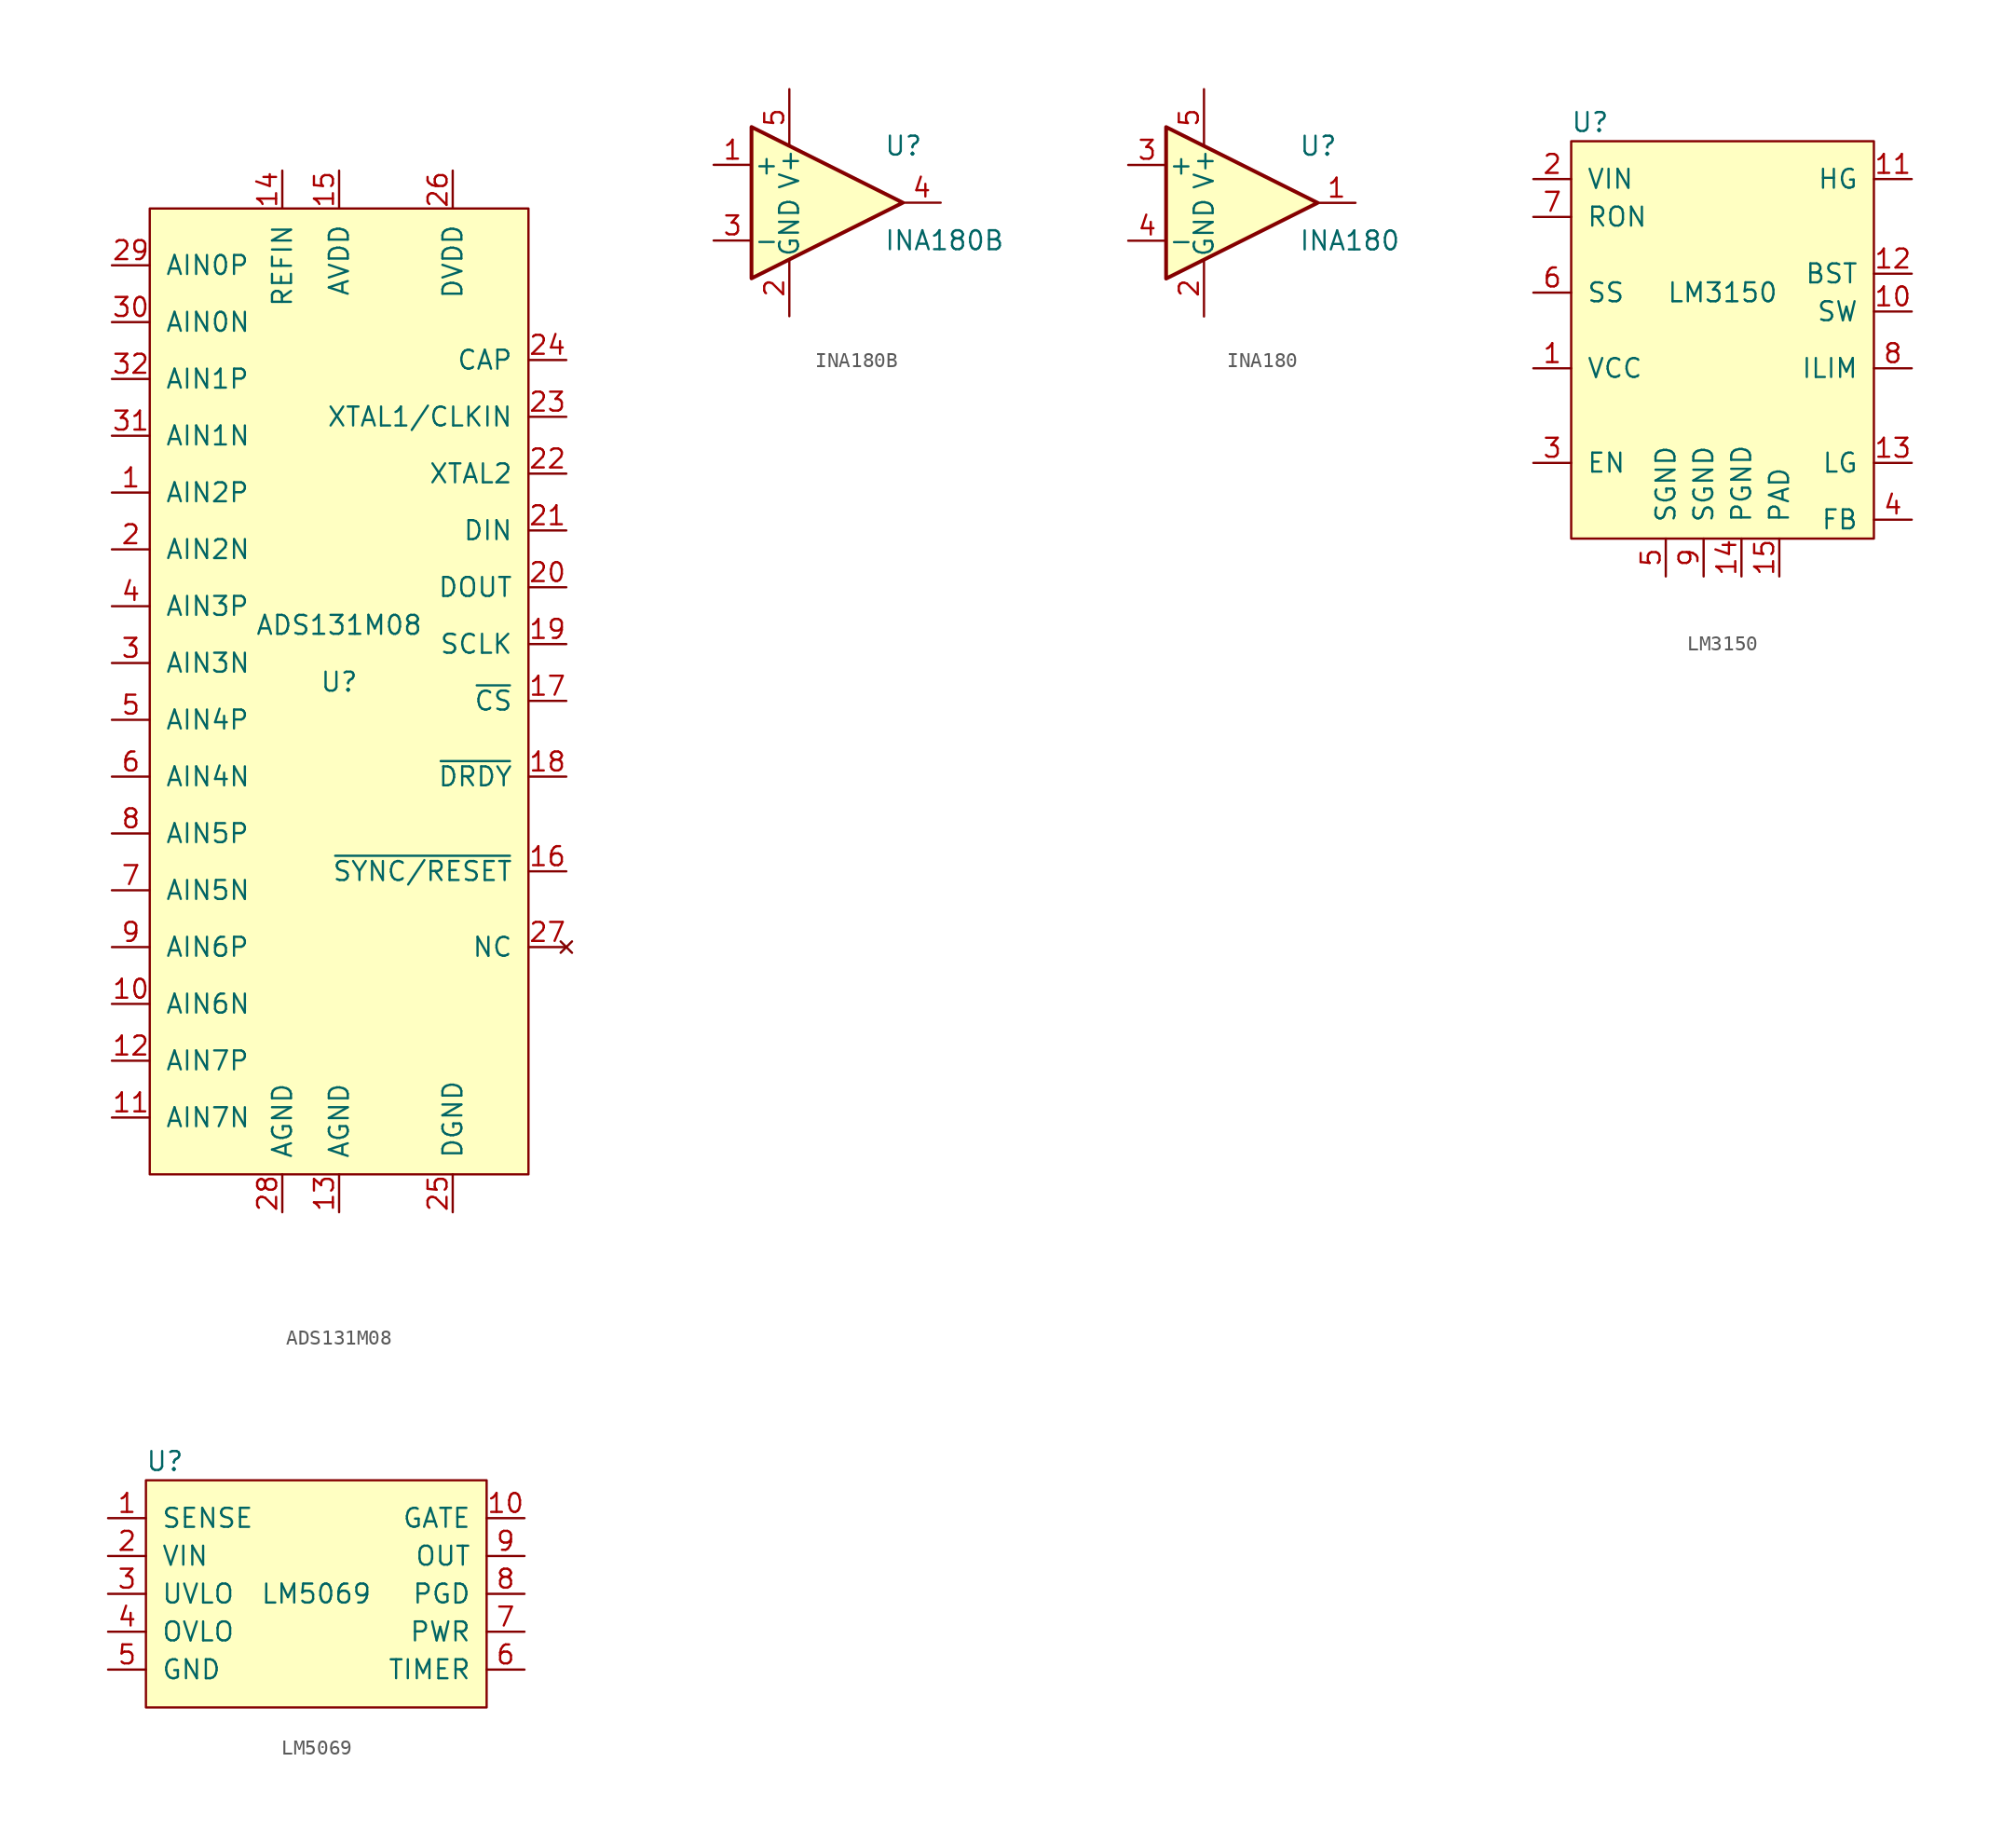
<source format=kicad_sym>
(kicad_symbol_lib
  (version 20211014)
  (generator kicad_symbol_editor)
  (symbol "ADS131M08"
    (pin_names
      (offset 1.016))
    (property "Reference" "U"
      (at 0 0 0)
      (effects (font (size 1.27 1.27))))
    (property "Value" "ADS131M08"
      (at 0 3.81 0)
      (effects (font (size 1.27 1.27))))
    (symbol "ADS131M08_0_1"
      (rectangle (start 12.7 31.75) (end -12.7 -33.02) (stroke (width 0) (type default) (color 0 0 0 0)) (fill (type background))))
    (symbol "ADS131M08_1_1"
      (pin input line (at -15.24 12.7 0) (length 2.54) (name "AIN2P" (effects (font (size 1.27 1.27)))) (number "1" (effects (font (size 1.27 1.27)))))
      (pin input line (at -15.24 -21.59 0) (length 2.54) (name "AIN6N" (effects (font (size 1.27 1.27)))) (number "10" (effects (font (size 1.27 1.27)))))
      (pin input line (at -15.24 -29.21 0) (length 2.54) (name "AIN7N" (effects (font (size 1.27 1.27)))) (number "11" (effects (font (size 1.27 1.27)))))
      (pin input line (at -15.24 -25.4 0) (length 2.54) (name "AIN7P" (effects (font (size 1.27 1.27)))) (number "12" (effects (font (size 1.27 1.27)))))
      (pin power_in line (at 0 -35.56 90) (length 2.54) (name "AGND" (effects (font (size 1.27 1.27)))) (number "13" (effects (font (size 1.27 1.27)))))
      (pin input line (at -3.81 34.29 270) (length 2.54) (name "REFIN" (effects (font (size 1.27 1.27)))) (number "14" (effects (font (size 1.27 1.27)))))
      (pin power_in line (at 0 34.29 270) (length 2.54) (name "AVDD" (effects (font (size 1.27 1.27)))) (number "15" (effects (font (size 1.27 1.27)))))
      (pin input line (at 15.24 -12.7 180) (length 2.54) (name "~{SYNC/RESET}" (effects (font (size 1.27 1.27)))) (number "16" (effects (font (size 1.27 1.27)))))
      (pin input line (at 15.24 -1.27 180) (length 2.54) (name "~{CS}" (effects (font (size 1.27 1.27)))) (number "17" (effects (font (size 1.27 1.27)))))
      (pin open_collector line (at 15.24 -6.35 180) (length 2.54) (name "~{DRDY}" (effects (font (size 1.27 1.27)))) (number "18" (effects (font (size 1.27 1.27)))))
      (pin input line (at 15.24 2.54 180) (length 2.54) (name "SCLK" (effects (font (size 1.27 1.27)))) (number "19" (effects (font (size 1.27 1.27)))))
      (pin input line (at -15.24 8.89 0) (length 2.54) (name "AIN2N" (effects (font (size 1.27 1.27)))) (number "2" (effects (font (size 1.27 1.27)))))
      (pin output line (at 15.24 6.35 180) (length 2.54) (name "DOUT" (effects (font (size 1.27 1.27)))) (number "20" (effects (font (size 1.27 1.27)))))
      (pin input line (at 15.24 10.16 180) (length 2.54) (name "DIN" (effects (font (size 1.27 1.27)))) (number "21" (effects (font (size 1.27 1.27)))))
      (pin output line (at 15.24 13.97 180) (length 2.54) (name "XTAL2" (effects (font (size 1.27 1.27)))) (number "22" (effects (font (size 1.27 1.27)))))
      (pin input line (at 15.24 17.78 180) (length 2.54) (name "XTAL1/CLKIN" (effects (font (size 1.27 1.27)))) (number "23" (effects (font (size 1.27 1.27)))))
      (pin output line (at 15.24 21.59 180) (length 2.54) (name "CAP" (effects (font (size 1.27 1.27)))) (number "24" (effects (font (size 1.27 1.27)))))
      (pin power_in line (at 7.62 -35.56 90) (length 2.54) (name "DGND" (effects (font (size 1.27 1.27)))) (number "25" (effects (font (size 1.27 1.27)))))
      (pin power_in line (at 7.62 34.29 270) (length 2.54) (name "DVDD" (effects (font (size 1.27 1.27)))) (number "26" (effects (font (size 1.27 1.27)))))
      (pin no_connect line (at 15.24 -17.78 180) (length 2.54) (name "NC" (effects (font (size 1.27 1.27)))) (number "27" (effects (font (size 1.27 1.27)))))
      (pin power_in line (at -3.81 -35.56 90) (length 2.54) (name "AGND" (effects (font (size 1.27 1.27)))) (number "28" (effects (font (size 1.27 1.27)))))
      (pin input line (at -15.24 27.94 0) (length 2.54) (name "AIN0P" (effects (font (size 1.27 1.27)))) (number "29" (effects (font (size 1.27 1.27)))))
      (pin input line (at -15.24 1.27 0) (length 2.54) (name "AIN3N" (effects (font (size 1.27 1.27)))) (number "3" (effects (font (size 1.27 1.27)))))
      (pin input line (at -15.24 24.13 0) (length 2.54) (name "AIN0N" (effects (font (size 1.27 1.27)))) (number "30" (effects (font (size 1.27 1.27)))))
      (pin input line (at -15.24 16.51 0) (length 2.54) (name "AIN1N" (effects (font (size 1.27 1.27)))) (number "31" (effects (font (size 1.27 1.27)))))
      (pin input line (at -15.24 20.32 0) (length 2.54) (name "AIN1P" (effects (font (size 1.27 1.27)))) (number "32" (effects (font (size 1.27 1.27)))))
      (pin input line (at -15.24 5.08 0) (length 2.54) (name "AIN3P" (effects (font (size 1.27 1.27)))) (number "4" (effects (font (size 1.27 1.27)))))
      (pin input line (at -15.24 -2.54 0) (length 2.54) (name "AIN4P" (effects (font (size 1.27 1.27)))) (number "5" (effects (font (size 1.27 1.27)))))
      (pin input line (at -15.24 -6.35 0) (length 2.54) (name "AIN4N" (effects (font (size 1.27 1.27)))) (number "6" (effects (font (size 1.27 1.27)))))
      (pin input line (at -15.24 -13.97 0) (length 2.54) (name "AIN5N" (effects (font (size 1.27 1.27)))) (number "7" (effects (font (size 1.27 1.27)))))
      (pin input line (at -15.24 -10.16 0) (length 2.54) (name "AIN5P" (effects (font (size 1.27 1.27)))) (number "8" (effects (font (size 1.27 1.27)))))
      (pin input line (at -15.24 -17.78 0) (length 2.54) (name "AIN6P" (effects (font (size 1.27 1.27)))) (number "9" (effects (font (size 1.27 1.27)))))))
  (symbol "INA180B"
    (pin_names
      (offset 0.127))
    (property "Reference" "U"
      (at 3.81 3.81 0)
      (effects (font (size 1.27 1.27)) (justify left)))
    (property "Value" "INA180B"
      (at 3.81 -2.54 0)
      (effects (font (size 1.27 1.27)) (justify left)))
    (symbol "INA180B_0_1"
      (polyline (pts (xy 5.08 0) (xy -5.08 5.08) (xy -5.08 -5.08) (xy 5.08 0)) (stroke (width 0.254) (type default) (color 0 0 0 0)) (fill (type background))))
    (symbol "INA180B_1_1"
      (pin input line (at -7.62 2.54 0) (length 2.54) (name "+" (effects (font (size 1.27 1.27)))) (number "1" (effects (font (size 1.27 1.27)))))
      (pin power_in line (at -2.54 -7.62 90) (length 3.81) (name "GND" (effects (font (size 1.27 1.27)))) (number "2" (effects (font (size 1.27 1.27)))))
      (pin input line (at -7.62 -2.54 0) (length 2.54) (name "-" (effects (font (size 1.27 1.27)))) (number "3" (effects (font (size 1.27 1.27)))))
      (pin output line (at 7.62 0 180) (length 2.54) (name "~" (effects (font (size 1.27 1.27)))) (number "4" (effects (font (size 1.27 1.27)))))
      (pin power_in line (at -2.54 7.62 270) (length 3.81) (name "V+" (effects (font (size 1.27 1.27)))) (number "5" (effects (font (size 1.27 1.27)))))))
  (symbol "INA180"
    (pin_names
      (offset 0.127))
    (property "Reference" "U"
      (at 3.81 3.81 0)
      (effects (font (size 1.27 1.27)) (justify left)))
    (property "Value" "INA180"
      (at 3.81 -2.54 0)
      (effects (font (size 1.27 1.27)) (justify left)))
    (symbol "INA180_0_1"
      (polyline (pts (xy 5.08 0) (xy -5.08 5.08) (xy -5.08 -5.08) (xy 5.08 0)) (stroke (width 0.254) (type default) (color 0 0 0 0)) (fill (type background))))
    (symbol "INA180_1_1"
      (pin output line (at 7.62 0 180) (length 2.54) (name "~" (effects (font (size 1.27 1.27)))) (number "1" (effects (font (size 1.27 1.27)))))
      (pin power_in line (at -2.54 -7.62 90) (length 3.81) (name "GND" (effects (font (size 1.27 1.27)))) (number "2" (effects (font (size 1.27 1.27)))))
      (pin input line (at -7.62 2.54 0) (length 2.54) (name "+" (effects (font (size 1.27 1.27)))) (number "3" (effects (font (size 1.27 1.27)))))
      (pin input line (at -7.62 -2.54 0) (length 2.54) (name "-" (effects (font (size 1.27 1.27)))) (number "4" (effects (font (size 1.27 1.27)))))
      (pin power_in line (at -2.54 7.62 270) (length 3.81) (name "V+" (effects (font (size 1.27 1.27)))) (number "5" (effects (font (size 1.27 1.27)))))))
  (symbol "LM3150"
    (pin_names
      (offset 1.016))
    (property "Reference" "U"
      (at -8.89 15.24 0)
      (effects (font (size 1.27 1.27))))
    (property "Value" "LM3150"
      (at 0 3.81 0)
      (effects (font (size 1.27 1.27))))
    (symbol "LM3150_0_1"
      (rectangle (start 10.16 13.97) (end -10.16 -12.7) (stroke (width 0) (type default) (color 0 0 0 0)) (fill (type background))))
    (symbol "LM3150_1_1"
      (pin power_out line (at -12.7 -1.27 0) (length 2.54) (name "VCC" (effects (font (size 1.27 1.27)))) (number "1" (effects (font (size 1.27 1.27)))))
      (pin output line (at 12.7 2.54 180) (length 2.54) (name "SW" (effects (font (size 1.27 1.27)))) (number "10" (effects (font (size 1.27 1.27)))))
      (pin output line (at 12.7 11.43 180) (length 2.54) (name "HG" (effects (font (size 1.27 1.27)))) (number "11" (effects (font (size 1.27 1.27)))))
      (pin input line (at 12.7 5.08 180) (length 2.54) (name "BST" (effects (font (size 1.27 1.27)))) (number "12" (effects (font (size 1.27 1.27)))))
      (pin output line (at 12.7 -7.62 180) (length 2.54) (name "LG" (effects (font (size 1.27 1.27)))) (number "13" (effects (font (size 1.27 1.27)))))
      (pin power_in line (at 1.27 -15.24 90) (length 2.54) (name "PGND" (effects (font (size 1.27 1.27)))) (number "14" (effects (font (size 1.27 1.27)))))
      (pin power_in line (at 3.81 -15.24 90) (length 2.54) (name "PAD" (effects (font (size 1.27 1.27)))) (number "15" (effects (font (size 1.27 1.27)))))
      (pin power_in line (at -12.7 11.43 0) (length 2.54) (name "VIN" (effects (font (size 1.27 1.27)))) (number "2" (effects (font (size 1.27 1.27)))))
      (pin input line (at -12.7 -7.62 0) (length 2.54) (name "EN" (effects (font (size 1.27 1.27)))) (number "3" (effects (font (size 1.27 1.27)))))
      (pin input line (at 12.7 -11.43 180) (length 2.54) (name "FB" (effects (font (size 1.27 1.27)))) (number "4" (effects (font (size 1.27 1.27)))))
      (pin power_in line (at -3.81 -15.24 90) (length 2.54) (name "SGND" (effects (font (size 1.27 1.27)))) (number "5" (effects (font (size 1.27 1.27)))))
      (pin input line (at -12.7 3.81 0) (length 2.54) (name "SS" (effects (font (size 1.27 1.27)))) (number "6" (effects (font (size 1.27 1.27)))))
      (pin input line (at -12.7 8.89 0) (length 2.54) (name "RON" (effects (font (size 1.27 1.27)))) (number "7" (effects (font (size 1.27 1.27)))))
      (pin input line (at 12.7 -1.27 180) (length 2.54) (name "ILIM" (effects (font (size 1.27 1.27)))) (number "8" (effects (font (size 1.27 1.27)))))
      (pin power_in line (at -1.27 -15.24 90) (length 2.54) (name "SGND" (effects (font (size 1.27 1.27)))) (number "9" (effects (font (size 1.27 1.27)))))))
  (symbol "LM5069"
    (pin_names
      (offset 1.016))
    (property "Reference" "U"
      (at -10.16 8.89 0)
      (effects (font (size 1.27 1.27))))
    (property "Value" "LM5069"
      (at 0 0 0)
      (effects (font (size 1.27 1.27))))
    (symbol "LM5069_0_1"
      (rectangle (start 11.43 7.62) (end -11.43 -7.62) (stroke (width 0) (type default) (color 0 0 0 0)) (fill (type background))))
    (symbol "LM5069_1_1"
      (pin input line (at -13.97 5.08 0) (length 2.54) (name "SENSE" (effects (font (size 1.27 1.27)))) (number "1" (effects (font (size 1.27 1.27)))))
      (pin output line (at 13.97 5.08 180) (length 2.54) (name "GATE" (effects (font (size 1.27 1.27)))) (number "10" (effects (font (size 1.27 1.27)))))
      (pin power_in line (at -13.97 2.54 0) (length 2.54) (name "VIN" (effects (font (size 1.27 1.27)))) (number "2" (effects (font (size 1.27 1.27)))))
      (pin input line (at -13.97 0 0) (length 2.54) (name "UVLO" (effects (font (size 1.27 1.27)))) (number "3" (effects (font (size 1.27 1.27)))))
      (pin input line (at -13.97 -2.54 0) (length 2.54) (name "OVLO" (effects (font (size 1.27 1.27)))) (number "4" (effects (font (size 1.27 1.27)))))
      (pin power_in line (at -13.97 -5.08 0) (length 2.54) (name "GND" (effects (font (size 1.27 1.27)))) (number "5" (effects (font (size 1.27 1.27)))))
      (pin bidirectional line (at 13.97 -5.08 180) (length 2.54) (name "TIMER" (effects (font (size 1.27 1.27)))) (number "6" (effects (font (size 1.27 1.27)))))
      (pin input line (at 13.97 -2.54 180) (length 2.54) (name "PWR" (effects (font (size 1.27 1.27)))) (number "7" (effects (font (size 1.27 1.27)))))
      (pin output line (at 13.97 0 180) (length 2.54) (name "PGD" (effects (font (size 1.27 1.27)))) (number "8" (effects (font (size 1.27 1.27)))))
      (pin input line (at 13.97 2.54 180) (length 2.54) (name "OUT" (effects (font (size 1.27 1.27)))) (number "9" (effects (font (size 1.27 1.27))))))))
</source>
